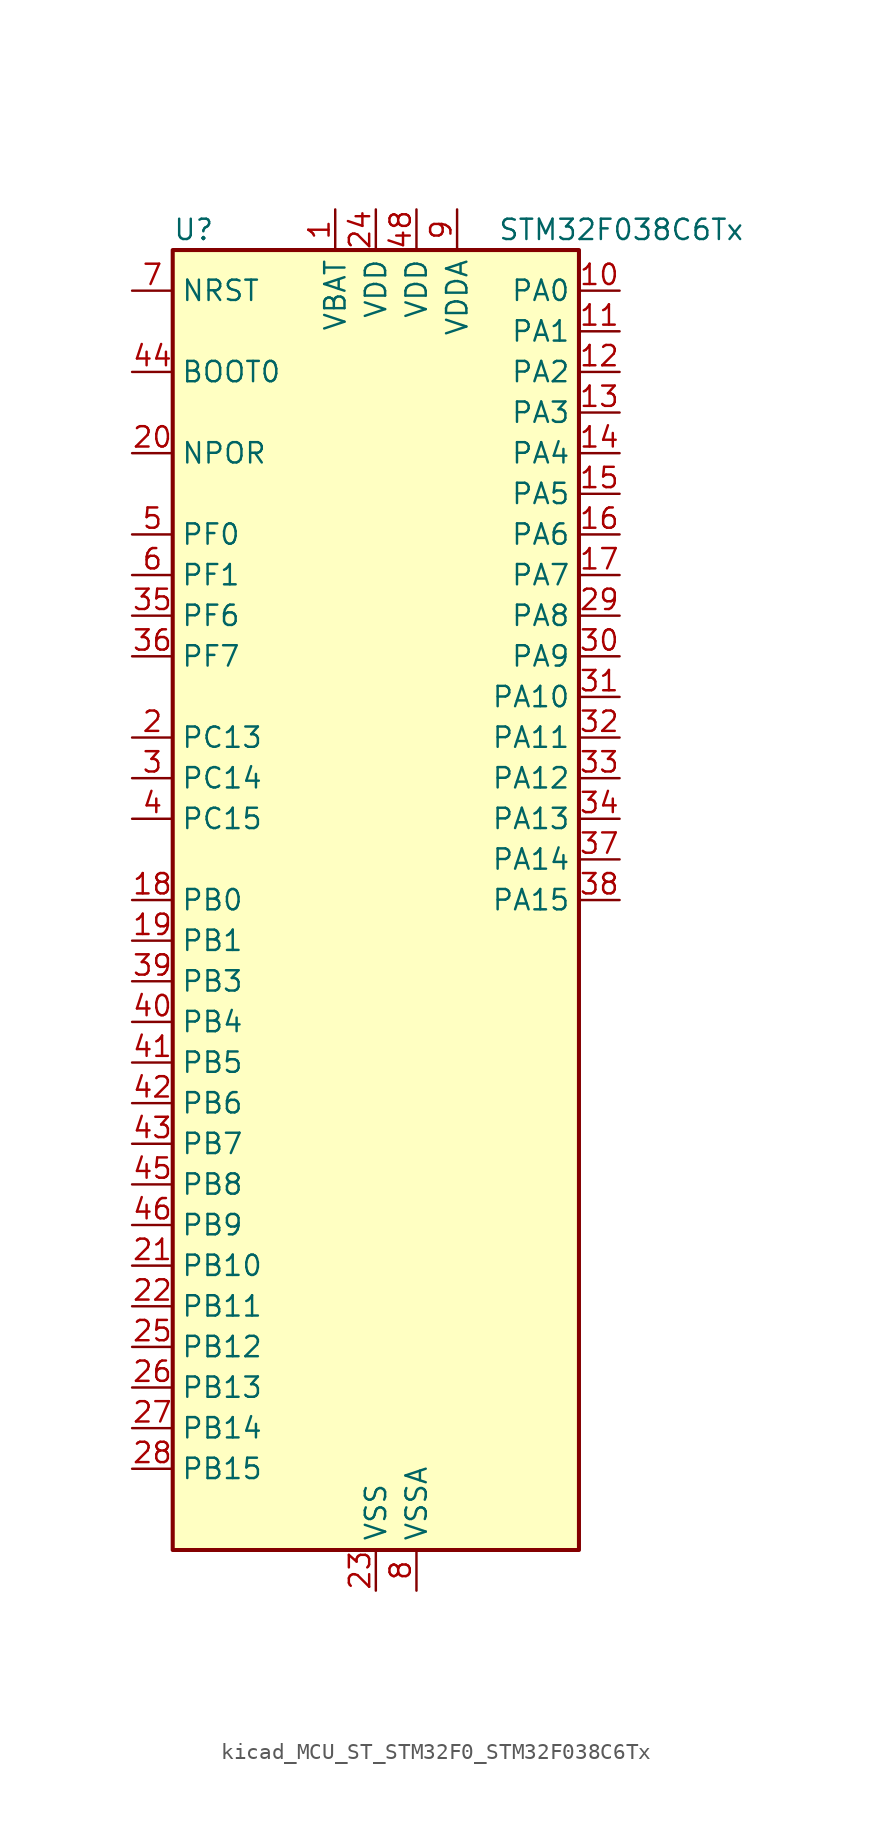
<source format=kicad_sym>
(kicad_symbol_lib
  (version 20220914)
  (generator kicad_symbol_editor)
  (symbol "kicad_MCU_ST_STM32F0_STM32F038C6Tx"
    (property "Reference" "U"
      (at -12.7 41.91 0)
      (effects (font (size 1.27 1.27)) (justify left)))
    (property "Value" "STM32F038C6Tx"
      (at 7.62 41.91 0)
      (effects (font (size 1.27 1.27)) (justify left)))
    (property "ki_locked" ""
      (at 0 0 0)
      (effects (font (size 1.27 1.27))))
    (symbol "kicad_MCU_ST_STM32F0_STM32F038C6Tx_0_1"
      (rectangle (start -12.7 -40.64) (end 12.7 40.64) (stroke (width 0.254) (type default)) (fill (type background))))
    (symbol "kicad_MCU_ST_STM32F0_STM32F038C6Tx_1_1"
      (pin power_in line (at -2.54 43.18 270) (length 2.54) (name "VBAT" (effects (font (size 1.27 1.27)))) (number "1" (effects (font (size 1.27 1.27)))))
      (pin bidirectional line (at 15.24 38.1 180) (length 2.54) (name "PA0" (effects (font (size 1.27 1.27)))) (number "10" (effects (font (size 1.27 1.27)))) (alternate "ADC_IN0" bidirectional line) (alternate "RTC_TAMP2" bidirectional line) (alternate "SYS_WKUP1" bidirectional line) (alternate "TIM2_CH1" bidirectional line) (alternate "TIM2_ETR" bidirectional line) (alternate "USART1_CTS" bidirectional line))
      (pin bidirectional line (at 15.24 35.56 180) (length 2.54) (name "PA1" (effects (font (size 1.27 1.27)))) (number "11" (effects (font (size 1.27 1.27)))) (alternate "ADC_IN1" bidirectional line) (alternate "TIM2_CH2" bidirectional line) (alternate "USART1_DE" bidirectional line) (alternate "USART1_RTS" bidirectional line))
      (pin bidirectional line (at 15.24 33.02 180) (length 2.54) (name "PA2" (effects (font (size 1.27 1.27)))) (number "12" (effects (font (size 1.27 1.27)))) (alternate "ADC_IN2" bidirectional line) (alternate "TIM2_CH3" bidirectional line) (alternate "USART1_TX" bidirectional line))
      (pin bidirectional line (at 15.24 30.48 180) (length 2.54) (name "PA3" (effects (font (size 1.27 1.27)))) (number "13" (effects (font (size 1.27 1.27)))) (alternate "ADC_IN3" bidirectional line) (alternate "TIM2_CH4" bidirectional line) (alternate "USART1_RX" bidirectional line))
      (pin bidirectional line (at 15.24 27.94 180) (length 2.54) (name "PA4" (effects (font (size 1.27 1.27)))) (number "14" (effects (font (size 1.27 1.27)))) (alternate "ADC_IN4" bidirectional line) (alternate "I2S1_WS" bidirectional line) (alternate "SPI1_NSS" bidirectional line) (alternate "TIM14_CH1" bidirectional line) (alternate "USART1_CK" bidirectional line))
      (pin bidirectional line (at 15.24 25.4 180) (length 2.54) (name "PA5" (effects (font (size 1.27 1.27)))) (number "15" (effects (font (size 1.27 1.27)))) (alternate "ADC_IN5" bidirectional line) (alternate "I2S1_CK" bidirectional line) (alternate "SPI1_SCK" bidirectional line) (alternate "TIM2_CH1" bidirectional line) (alternate "TIM2_ETR" bidirectional line))
      (pin bidirectional line (at 15.24 22.86 180) (length 2.54) (name "PA6" (effects (font (size 1.27 1.27)))) (number "16" (effects (font (size 1.27 1.27)))) (alternate "ADC_IN6" bidirectional line) (alternate "I2S1_MCK" bidirectional line) (alternate "SPI1_MISO" bidirectional line) (alternate "TIM16_CH1" bidirectional line) (alternate "TIM1_BKIN" bidirectional line) (alternate "TIM3_CH1" bidirectional line))
      (pin bidirectional line (at 15.24 20.32 180) (length 2.54) (name "PA7" (effects (font (size 1.27 1.27)))) (number "17" (effects (font (size 1.27 1.27)))) (alternate "ADC_IN7" bidirectional line) (alternate "I2S1_SD" bidirectional line) (alternate "SPI1_MOSI" bidirectional line) (alternate "TIM14_CH1" bidirectional line) (alternate "TIM17_CH1" bidirectional line) (alternate "TIM1_CH1N" bidirectional line) (alternate "TIM3_CH2" bidirectional line))
      (pin bidirectional line (at -15.24 0 0) (length 2.54) (name "PB0" (effects (font (size 1.27 1.27)))) (number "18" (effects (font (size 1.27 1.27)))) (alternate "ADC_IN8" bidirectional line) (alternate "TIM1_CH2N" bidirectional line) (alternate "TIM3_CH3" bidirectional line))
      (pin bidirectional line (at -15.24 -2.54 0) (length 2.54) (name "PB1" (effects (font (size 1.27 1.27)))) (number "19" (effects (font (size 1.27 1.27)))) (alternate "ADC_IN9" bidirectional line) (alternate "TIM14_CH1" bidirectional line) (alternate "TIM1_CH3N" bidirectional line) (alternate "TIM3_CH4" bidirectional line))
      (pin bidirectional line (at -15.24 10.16 0) (length 2.54) (name "PC13" (effects (font (size 1.27 1.27)))) (number "2" (effects (font (size 1.27 1.27)))) (alternate "RTC_OUT_ALARM" bidirectional line) (alternate "RTC_OUT_CALIB" bidirectional line) (alternate "RTC_TAMP1" bidirectional line) (alternate "RTC_TS" bidirectional line) (alternate "SYS_WKUP2" bidirectional line))
      (pin input line (at -15.24 27.94 0) (length 2.54) (name "NPOR" (effects (font (size 1.27 1.27)))) (number "20" (effects (font (size 1.27 1.27)))))
      (pin bidirectional line (at -15.24 -22.86 0) (length 2.54) (name "PB10" (effects (font (size 1.27 1.27)))) (number "21" (effects (font (size 1.27 1.27)))) (alternate "I2C1_SCL" bidirectional line) (alternate "TIM2_CH3" bidirectional line))
      (pin bidirectional line (at -15.24 -25.4 0) (length 2.54) (name "PB11" (effects (font (size 1.27 1.27)))) (number "22" (effects (font (size 1.27 1.27)))) (alternate "I2C1_SDA" bidirectional line) (alternate "TIM2_CH4" bidirectional line))
      (pin power_in line (at 0 -43.18 90) (length 2.54) (name "VSS" (effects (font (size 1.27 1.27)))) (number "23" (effects (font (size 1.27 1.27)))))
      (pin power_in line (at 0 43.18 270) (length 2.54) (name "VDD" (effects (font (size 1.27 1.27)))) (number "24" (effects (font (size 1.27 1.27)))))
      (pin bidirectional line (at -15.24 -27.94 0) (length 2.54) (name "PB12" (effects (font (size 1.27 1.27)))) (number "25" (effects (font (size 1.27 1.27)))) (alternate "SPI1_NSS" bidirectional line) (alternate "TIM1_BKIN" bidirectional line))
      (pin bidirectional line (at -15.24 -30.48 0) (length 2.54) (name "PB13" (effects (font (size 1.27 1.27)))) (number "26" (effects (font (size 1.27 1.27)))) (alternate "SPI1_SCK" bidirectional line) (alternate "TIM1_CH1N" bidirectional line))
      (pin bidirectional line (at -15.24 -33.02 0) (length 2.54) (name "PB14" (effects (font (size 1.27 1.27)))) (number "27" (effects (font (size 1.27 1.27)))) (alternate "SPI1_MISO" bidirectional line) (alternate "TIM1_CH2N" bidirectional line))
      (pin bidirectional line (at -15.24 -35.56 0) (length 2.54) (name "PB15" (effects (font (size 1.27 1.27)))) (number "28" (effects (font (size 1.27 1.27)))) (alternate "RTC_REFIN" bidirectional line) (alternate "SPI1_MOSI" bidirectional line) (alternate "TIM1_CH3N" bidirectional line))
      (pin bidirectional line (at 15.24 17.78 180) (length 2.54) (name "PA8" (effects (font (size 1.27 1.27)))) (number "29" (effects (font (size 1.27 1.27)))) (alternate "RCC_MCO" bidirectional line) (alternate "TIM1_CH1" bidirectional line) (alternate "USART1_CK" bidirectional line))
      (pin bidirectional line (at -15.24 7.62 0) (length 2.54) (name "PC14" (effects (font (size 1.27 1.27)))) (number "3" (effects (font (size 1.27 1.27)))) (alternate "RCC_OSC32_IN" bidirectional line))
      (pin bidirectional line (at 15.24 15.24 180) (length 2.54) (name "PA9" (effects (font (size 1.27 1.27)))) (number "30" (effects (font (size 1.27 1.27)))) (alternate "I2C1_SCL" bidirectional line) (alternate "TIM1_CH2" bidirectional line) (alternate "USART1_TX" bidirectional line))
      (pin bidirectional line (at 15.24 12.7 180) (length 2.54) (name "PA10" (effects (font (size 1.27 1.27)))) (number "31" (effects (font (size 1.27 1.27)))) (alternate "I2C1_SDA" bidirectional line) (alternate "TIM17_BKIN" bidirectional line) (alternate "TIM1_CH3" bidirectional line) (alternate "USART1_RX" bidirectional line))
      (pin bidirectional line (at 15.24 10.16 180) (length 2.54) (name "PA11" (effects (font (size 1.27 1.27)))) (number "32" (effects (font (size 1.27 1.27)))) (alternate "TIM1_CH4" bidirectional line) (alternate "USART1_CTS" bidirectional line))
      (pin bidirectional line (at 15.24 7.62 180) (length 2.54) (name "PA12" (effects (font (size 1.27 1.27)))) (number "33" (effects (font (size 1.27 1.27)))) (alternate "TIM1_ETR" bidirectional line) (alternate "USART1_DE" bidirectional line) (alternate "USART1_RTS" bidirectional line))
      (pin bidirectional line (at 15.24 5.08 180) (length 2.54) (name "PA13" (effects (font (size 1.27 1.27)))) (number "34" (effects (font (size 1.27 1.27)))) (alternate "IR_OUT" bidirectional line) (alternate "SYS_SWDIO" bidirectional line))
      (pin bidirectional line (at -15.24 17.78 0) (length 2.54) (name "PF6" (effects (font (size 1.27 1.27)))) (number "35" (effects (font (size 1.27 1.27)))) (alternate "I2C1_SCL" bidirectional line))
      (pin bidirectional line (at -15.24 15.24 0) (length 2.54) (name "PF7" (effects (font (size 1.27 1.27)))) (number "36" (effects (font (size 1.27 1.27)))) (alternate "I2C1_SDA" bidirectional line))
      (pin bidirectional line (at 15.24 2.54 180) (length 2.54) (name "PA14" (effects (font (size 1.27 1.27)))) (number "37" (effects (font (size 1.27 1.27)))) (alternate "SYS_SWCLK" bidirectional line) (alternate "USART1_TX" bidirectional line))
      (pin bidirectional line (at 15.24 0 180) (length 2.54) (name "PA15" (effects (font (size 1.27 1.27)))) (number "38" (effects (font (size 1.27 1.27)))) (alternate "I2S1_WS" bidirectional line) (alternate "SPI1_NSS" bidirectional line) (alternate "TIM2_CH1" bidirectional line) (alternate "TIM2_ETR" bidirectional line) (alternate "USART1_RX" bidirectional line))
      (pin bidirectional line (at -15.24 -5.08 0) (length 2.54) (name "PB3" (effects (font (size 1.27 1.27)))) (number "39" (effects (font (size 1.27 1.27)))) (alternate "I2S1_CK" bidirectional line) (alternate "SPI1_SCK" bidirectional line) (alternate "TIM2_CH2" bidirectional line))
      (pin bidirectional line (at -15.24 5.08 0) (length 2.54) (name "PC15" (effects (font (size 1.27 1.27)))) (number "4" (effects (font (size 1.27 1.27)))) (alternate "RCC_OSC32_OUT" bidirectional line))
      (pin bidirectional line (at -15.24 -7.62 0) (length 2.54) (name "PB4" (effects (font (size 1.27 1.27)))) (number "40" (effects (font (size 1.27 1.27)))) (alternate "I2S1_MCK" bidirectional line) (alternate "SPI1_MISO" bidirectional line) (alternate "TIM3_CH1" bidirectional line))
      (pin bidirectional line (at -15.24 -10.16 0) (length 2.54) (name "PB5" (effects (font (size 1.27 1.27)))) (number "41" (effects (font (size 1.27 1.27)))) (alternate "I2C1_SMBA" bidirectional line) (alternate "I2S1_SD" bidirectional line) (alternate "SPI1_MOSI" bidirectional line) (alternate "TIM16_BKIN" bidirectional line) (alternate "TIM3_CH2" bidirectional line))
      (pin bidirectional line (at -15.24 -12.7 0) (length 2.54) (name "PB6" (effects (font (size 1.27 1.27)))) (number "42" (effects (font (size 1.27 1.27)))) (alternate "I2C1_SCL" bidirectional line) (alternate "TIM16_CH1N" bidirectional line) (alternate "USART1_TX" bidirectional line))
      (pin bidirectional line (at -15.24 -15.24 0) (length 2.54) (name "PB7" (effects (font (size 1.27 1.27)))) (number "43" (effects (font (size 1.27 1.27)))) (alternate "I2C1_SDA" bidirectional line) (alternate "TIM17_CH1N" bidirectional line) (alternate "USART1_RX" bidirectional line))
      (pin input line (at -15.24 33.02 0) (length 2.54) (name "BOOT0" (effects (font (size 1.27 1.27)))) (number "44" (effects (font (size 1.27 1.27)))))
      (pin bidirectional line (at -15.24 -17.78 0) (length 2.54) (name "PB8" (effects (font (size 1.27 1.27)))) (number "45" (effects (font (size 1.27 1.27)))) (alternate "I2C1_SCL" bidirectional line) (alternate "TIM16_CH1" bidirectional line))
      (pin bidirectional line (at -15.24 -20.32 0) (length 2.54) (name "PB9" (effects (font (size 1.27 1.27)))) (number "46" (effects (font (size 1.27 1.27)))) (alternate "I2C1_SDA" bidirectional line) (alternate "IR_OUT" bidirectional line) (alternate "TIM17_CH1" bidirectional line))
      (pin passive line (at 0 -43.18 90) (length 2.54) hide (name "VSS" (effects (font (size 1.27 1.27)))) (number "47" (effects (font (size 1.27 1.27)))))
      (pin power_in line (at 2.54 43.18 270) (length 2.54) (name "VDD" (effects (font (size 1.27 1.27)))) (number "48" (effects (font (size 1.27 1.27)))))
      (pin bidirectional line (at -15.24 22.86 0) (length 2.54) (name "PF0" (effects (font (size 1.27 1.27)))) (number "5" (effects (font (size 1.27 1.27)))) (alternate "RCC_OSC_IN" bidirectional line))
      (pin bidirectional line (at -15.24 20.32 0) (length 2.54) (name "PF1" (effects (font (size 1.27 1.27)))) (number "6" (effects (font (size 1.27 1.27)))) (alternate "RCC_OSC_OUT" bidirectional line))
      (pin input line (at -15.24 38.1 0) (length 2.54) (name "NRST" (effects (font (size 1.27 1.27)))) (number "7" (effects (font (size 1.27 1.27)))))
      (pin power_in line (at 2.54 -43.18 90) (length 2.54) (name "VSSA" (effects (font (size 1.27 1.27)))) (number "8" (effects (font (size 1.27 1.27)))))
      (pin power_in line (at 5.08 43.18 270) (length 2.54) (name "VDDA" (effects (font (size 1.27 1.27)))) (number "9" (effects (font (size 1.27 1.27))))))))
</source>
